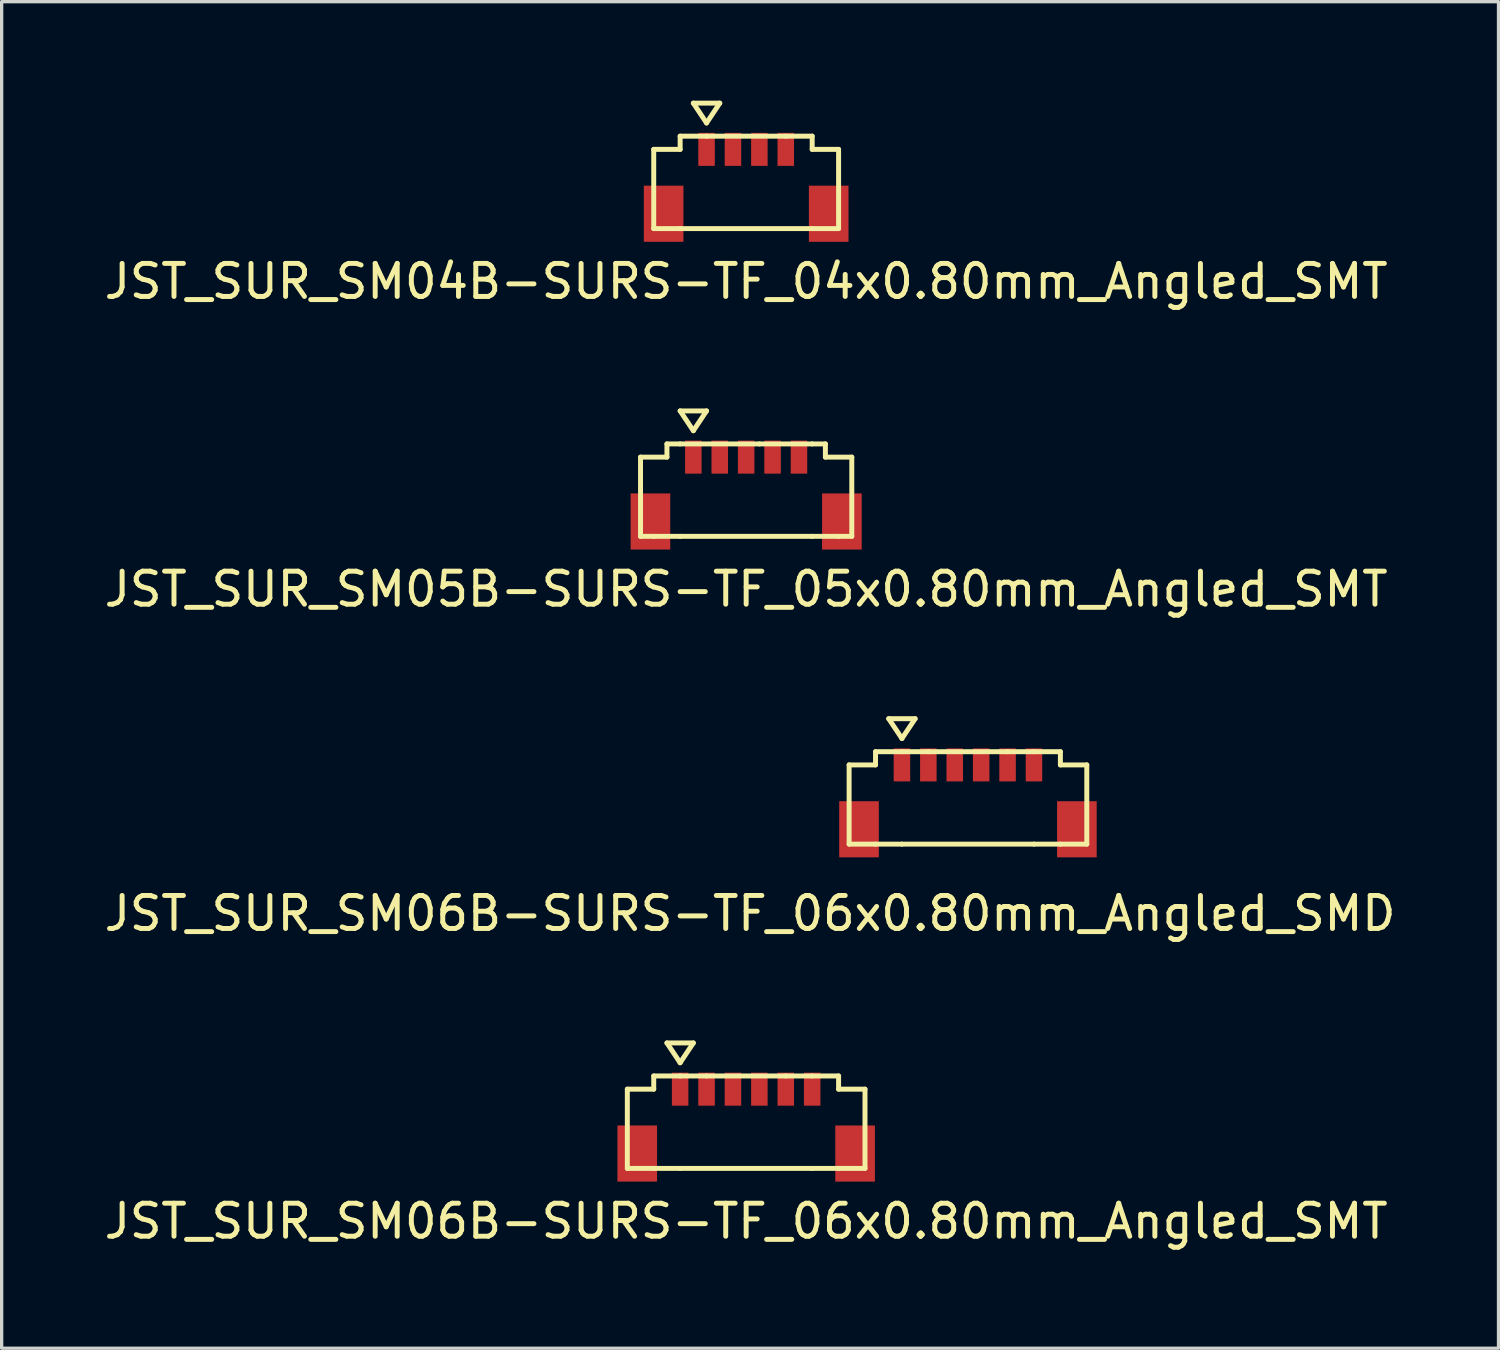
<source format=kicad_pcb>
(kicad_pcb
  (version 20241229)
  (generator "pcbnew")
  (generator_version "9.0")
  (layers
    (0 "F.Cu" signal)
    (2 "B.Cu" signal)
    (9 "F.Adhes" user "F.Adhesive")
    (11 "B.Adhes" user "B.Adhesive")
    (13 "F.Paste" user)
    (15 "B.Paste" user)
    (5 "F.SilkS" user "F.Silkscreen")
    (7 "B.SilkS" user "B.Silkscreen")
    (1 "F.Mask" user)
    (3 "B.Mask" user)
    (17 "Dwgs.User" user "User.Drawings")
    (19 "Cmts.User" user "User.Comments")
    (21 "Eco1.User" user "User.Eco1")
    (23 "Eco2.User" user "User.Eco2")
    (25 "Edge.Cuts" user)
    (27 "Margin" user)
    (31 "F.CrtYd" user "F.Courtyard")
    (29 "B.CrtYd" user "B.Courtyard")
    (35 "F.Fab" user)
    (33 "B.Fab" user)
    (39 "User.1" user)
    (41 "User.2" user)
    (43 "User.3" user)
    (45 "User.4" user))
  (footprint "JST_SUR_SM06B-SURS-TF_06x0.80mm_Angled_SMT"
    (layer "F.Cu")
    (at 19.554 29.945)
    (property "Reference" "JST_SUR_SM06B-SURS-TF_06x0.80mm_Angled_SMT" (at 0 4 0) (layer "F.SilkS") (effects (font (size 1 1) (thickness 0.15))))
    (attr smd)
    (fp_line (start -3.6 0) (end -2.8 0) (stroke (width 0.15) (type solid)) (layer "F.SilkS"))
    (fp_line (start -3.6 2.4) (end -3.6 0) (stroke (width 0.15) (type solid)) (layer "F.SilkS"))
    (fp_line (start -2.8 -0.4) (end -2 -0.4) (stroke (width 0.15) (type solid)) (layer "F.SilkS"))
    (fp_line (start -2.8 0) (end -2.8 -0.4) (stroke (width 0.15) (type solid)) (layer "F.SilkS"))
    (fp_line (start -2.8 2.4) (end -3.6 2.4) (stroke (width 0.15) (type solid)) (layer "F.SilkS"))
    (fp_line (start -2.4 -1.4) (end -2 -0.8) (stroke (width 0.15) (type solid)) (layer "F.SilkS"))
    (fp_line (start -2 -0.8) (end -1.6 -1.4) (stroke (width 0.15) (type solid)) (layer "F.SilkS"))
    (fp_line (start -2 -0.4) (end -1.2 -0.4) (stroke (width 0.15) (type solid)) (layer "F.SilkS"))
    (fp_line (start -2 2.4) (end -2.8 2.4) (stroke (width 0.15) (type solid)) (layer "F.SilkS"))
    (fp_line (start -1.6 -1.4) (end -2.4 -1.4) (stroke (width 0.15) (type solid)) (layer "F.SilkS"))
    (fp_line (start -1.2 -0.4) (end 1.2 -0.4) (stroke (width 0.15) (type solid)) (layer "F.SilkS"))
    (fp_line (start 2 -0.4) (end 1.2 -0.4) (stroke (width 0.15) (type solid)) (layer "F.SilkS"))
    (fp_line (start 2 2.4) (end -2 2.4) (stroke (width 0.15) (type solid)) (layer "F.SilkS"))
    (fp_line (start 2.8 -0.4) (end 2 -0.4) (stroke (width 0.15) (type solid)) (layer "F.SilkS"))
    (fp_line (start 2.8 -0.4) (end 2.8 0) (stroke (width 0.15) (type solid)) (layer "F.SilkS"))
    (fp_line (start 2.8 0) (end 3.6 0) (stroke (width 0.15) (type solid)) (layer "F.SilkS"))
    (fp_line (start 2.8 2.4) (end 2 2.4) (stroke (width 0.15) (type solid)) (layer "F.SilkS"))
    (fp_line (start 3.6 0) (end 3.6 2.4) (stroke (width 0.15) (type solid)) (layer "F.SilkS"))
    (fp_line (start 3.6 2.4) (end 2.8 2.4) (stroke (width 0.15) (type solid)) (layer "F.SilkS"))
    (pad "" smd rect (at -3.3 1.95) (size 1.2 1.7) (layers "F.Cu" "F.Mask" "F.Paste"))
    (pad "" smd rect (at 3.3 1.95) (size 1.2 1.7) (layers "F.Cu" "F.Mask" "F.Paste"))
    (pad "1" smd rect (at -2 0) (size 0.5 1) (layers "F.Cu" "F.Mask" "F.Paste"))
    (pad "2" smd rect (at -1.2 0) (size 0.5 1) (layers "F.Cu" "F.Mask" "F.Paste"))
    (pad "3" smd rect (at -0.4 0) (size 0.5 1) (layers "F.Cu" "F.Mask" "F.Paste"))
    (pad "4" smd rect (at 0.4 0) (size 0.5 1) (layers "F.Cu" "F.Mask" "F.Paste"))
    (pad "5" smd rect (at 1.2 0) (size 0.5 1) (layers "F.Cu" "F.Mask" "F.Paste"))
    (pad "6" smd rect (at 2 0) (size 0.5 1) (layers "F.Cu" "F.Mask" "F.Paste")))
  (footprint "JST_SUR_SM06B-SURS-TF_06x0.80mm_Angled_SMD"
    (layer "F.Cu")
    (at 26.273 20.122)
    (property "Reference" "JST_SUR_SM06B-SURS-TF_06x0.80mm_Angled_SMD" (at -6.6 4.5 0) (layer "F.SilkS") (effects (font (size 1 1) (thickness 0.15))))
    (attr smd)
    (fp_line (start -3.6 0) (end -2.8 0) (stroke (width 0.15) (type solid)) (layer "F.SilkS"))
    (fp_line (start -3.6 2.4) (end -3.6 0) (stroke (width 0.15) (type solid)) (layer "F.SilkS"))
    (fp_line (start -2.8 -0.4) (end -2 -0.4) (stroke (width 0.15) (type solid)) (layer "F.SilkS"))
    (fp_line (start -2.8 0) (end -2.8 -0.4) (stroke (width 0.15) (type solid)) (layer "F.SilkS"))
    (fp_line (start -2.8 2.4) (end -3.6 2.4) (stroke (width 0.15) (type solid)) (layer "F.SilkS"))
    (fp_line (start -2.4 -1.4) (end -2 -0.8) (stroke (width 0.15) (type solid)) (layer "F.SilkS"))
    (fp_line (start -2 -0.8) (end -1.6 -1.4) (stroke (width 0.15) (type solid)) (layer "F.SilkS"))
    (fp_line (start -2 -0.4) (end -1.2 -0.4) (stroke (width 0.15) (type solid)) (layer "F.SilkS"))
    (fp_line (start -2 2.4) (end -2.8 2.4) (stroke (width 0.15) (type solid)) (layer "F.SilkS"))
    (fp_line (start -1.6 -1.4) (end -2.4 -1.4) (stroke (width 0.15) (type solid)) (layer "F.SilkS"))
    (fp_line (start -1.2 -0.4) (end 1.2 -0.4) (stroke (width 0.15) (type solid)) (layer "F.SilkS"))
    (fp_line (start 2 -0.4) (end 1.2 -0.4) (stroke (width 0.15) (type solid)) (layer "F.SilkS"))
    (fp_line (start 2 2.4) (end -2 2.4) (stroke (width 0.15) (type solid)) (layer "F.SilkS"))
    (fp_line (start 2.8 -0.4) (end 2 -0.4) (stroke (width 0.15) (type solid)) (layer "F.SilkS"))
    (fp_line (start 2.8 -0.4) (end 2.8 0) (stroke (width 0.15) (type solid)) (layer "F.SilkS"))
    (fp_line (start 2.8 0) (end 3.6 0) (stroke (width 0.15) (type solid)) (layer "F.SilkS"))
    (fp_line (start 2.8 2.4) (end 2 2.4) (stroke (width 0.15) (type solid)) (layer "F.SilkS"))
    (fp_line (start 3.6 0) (end 3.6 2.4) (stroke (width 0.15) (type solid)) (layer "F.SilkS"))
    (fp_line (start 3.6 2.4) (end 2.8 2.4) (stroke (width 0.15) (type solid)) (layer "F.SilkS"))
    (pad "" smd rect (at -3.3 1.95) (size 1.2 1.7) (layers "F.Cu" "F.Mask" "F.Paste"))
    (pad "" smd rect (at 3.3 1.95) (size 1.2 1.7) (layers "F.Cu" "F.Mask" "F.Paste"))
    (pad "1" smd rect (at -2 0) (size 0.5 1) (layers "F.Cu" "F.Mask" "F.Paste"))
    (pad "2" smd rect (at -1.2 0) (size 0.5 1) (layers "F.Cu" "F.Mask" "F.Paste"))
    (pad "3" smd rect (at -0.4 0) (size 0.5 1) (layers "F.Cu" "F.Mask" "F.Paste"))
    (pad "4" smd rect (at 0.4 0) (size 0.5 1) (layers "F.Cu" "F.Mask" "F.Paste"))
    (pad "5" smd rect (at 1.2 0) (size 0.5 1) (layers "F.Cu" "F.Mask" "F.Paste"))
    (pad "6" smd rect (at 2 0) (size 0.5 1) (layers "F.Cu" "F.Mask" "F.Paste")))
  (footprint "JST_SUR_SM04B-SURS-TF_04x0.80mm_Angled_SMT"
    (layer "F.Cu")
    (at 19.554 1.475)
    (property "Reference" "JST_SUR_SM04B-SURS-TF_04x0.80mm_Angled_SMT" (at 0 4 0) (layer "F.SilkS") (effects (font (size 1 1) (thickness 0.15))))
    (attr smd)
    (fp_line (start -2.8 0) (end -2 0) (stroke (width 0.15) (type solid)) (layer "F.SilkS"))
    (fp_line (start -2.8 2.4) (end -2.8 0) (stroke (width 0.15) (type solid)) (layer "F.SilkS"))
    (fp_line (start -2 -0.4) (end -1.2 -0.4) (stroke (width 0.15) (type solid)) (layer "F.SilkS"))
    (fp_line (start -2 0) (end -2 -0.4) (stroke (width 0.15) (type solid)) (layer "F.SilkS"))
    (fp_line (start -2 2.4) (end -2.8 2.4) (stroke (width 0.15) (type solid)) (layer "F.SilkS"))
    (fp_line (start -1.6 -1.4) (end -1.2 -0.8) (stroke (width 0.15) (type solid)) (layer "F.SilkS"))
    (fp_line (start -1.2 -0.8) (end -0.8 -1.4) (stroke (width 0.15) (type solid)) (layer "F.SilkS"))
    (fp_line (start -1.2 -0.4) (end 1.2 -0.4) (stroke (width 0.15) (type solid)) (layer "F.SilkS"))
    (fp_line (start -0.8 -1.4) (end -1.6 -1.4) (stroke (width 0.15) (type solid)) (layer "F.SilkS"))
    (fp_line (start 2 -0.4) (end 1.2 -0.4) (stroke (width 0.15) (type solid)) (layer "F.SilkS"))
    (fp_line (start 2 -0.4) (end 2 0) (stroke (width 0.15) (type solid)) (layer "F.SilkS"))
    (fp_line (start 2 0) (end 2.8 0) (stroke (width 0.15) (type solid)) (layer "F.SilkS"))
    (fp_line (start 2 2.4) (end -2 2.4) (stroke (width 0.15) (type solid)) (layer "F.SilkS"))
    (fp_line (start 2.8 0) (end 2.8 2.4) (stroke (width 0.15) (type solid)) (layer "F.SilkS"))
    (fp_line (start 2.8 2.4) (end 2 2.4) (stroke (width 0.15) (type solid)) (layer "F.SilkS"))
    (pad "" smd rect (at -2.5 1.95) (size 1.2 1.7) (layers "F.Cu" "F.Mask" "F.Paste"))
    (pad "" smd rect (at 2.5 1.95) (size 1.2 1.7) (layers "F.Cu" "F.Mask" "F.Paste"))
    (pad "1" smd rect (at -1.2 0) (size 0.5 1) (layers "F.Cu" "F.Mask" "F.Paste"))
    (pad "2" smd rect (at -0.4 0) (size 0.5 1) (layers "F.Cu" "F.Mask" "F.Paste"))
    (pad "3" smd rect (at 0.4 0) (size 0.5 1) (layers "F.Cu" "F.Mask" "F.Paste"))
    (pad "4" smd rect (at 1.2 0) (size 0.5 1) (layers "F.Cu" "F.Mask" "F.Paste")))
  (footprint "JST_SUR_SM05B-SURS-TF_05x0.80mm_Angled_SMT"
    (layer "F.Cu")
    (at 19.554 10.798)
    (property "Reference" "JST_SUR_SM05B-SURS-TF_05x0.80mm_Angled_SMT" (at 0 4 0) (layer "F.SilkS") (effects (font (size 1 1) (thickness 0.15))))
    (attr smd)
    (fp_line (start -3.2 0) (end -2.4 0) (stroke (width 0.15) (type solid)) (layer "F.SilkS"))
    (fp_line (start -3.2 2.4) (end -3.2 0) (stroke (width 0.15) (type solid)) (layer "F.SilkS"))
    (fp_line (start -2.8 2.4) (end -3.2 2.4) (stroke (width 0.15) (type solid)) (layer "F.SilkS"))
    (fp_line (start -2.8 2.4) (end -2 2.4) (stroke (width 0.15) (type solid)) (layer "F.SilkS"))
    (fp_line (start -2.4 0) (end -2.4 -0.4) (stroke (width 0.15) (type solid)) (layer "F.SilkS"))
    (fp_line (start -2 -1.4) (end -1.6 -0.8) (stroke (width 0.15) (type solid)) (layer "F.SilkS"))
    (fp_line (start -2 -0.4) (end -2.4 -0.4) (stroke (width 0.15) (type solid)) (layer "F.SilkS"))
    (fp_line (start -2 -0.4) (end 0.4 -0.4) (stroke (width 0.15) (type solid)) (layer "F.SilkS"))
    (fp_line (start -1.6 -0.8) (end -1.2 -1.4) (stroke (width 0.15) (type solid)) (layer "F.SilkS"))
    (fp_line (start -1.2 -1.4) (end -2 -1.4) (stroke (width 0.15) (type solid)) (layer "F.SilkS"))
    (fp_line (start 2 -0.4) (end 0.4 -0.4) (stroke (width 0.15) (type solid)) (layer "F.SilkS"))
    (fp_line (start 2 2.4) (end -2 2.4) (stroke (width 0.15) (type solid)) (layer "F.SilkS"))
    (fp_line (start 2 2.4) (end 2.8 2.4) (stroke (width 0.15) (type solid)) (layer "F.SilkS"))
    (fp_line (start 2.4 -0.4) (end 2 -0.4) (stroke (width 0.15) (type solid)) (layer "F.SilkS"))
    (fp_line (start 2.4 -0.4) (end 2.4 0) (stroke (width 0.15) (type solid)) (layer "F.SilkS"))
    (fp_line (start 2.4 0) (end 3.2 0) (stroke (width 0.15) (type solid)) (layer "F.SilkS"))
    (fp_line (start 3.2 0) (end 3.2 2.4) (stroke (width 0.15) (type solid)) (layer "F.SilkS"))
    (fp_line (start 3.2 2.4) (end 2.8 2.4) (stroke (width 0.15) (type solid)) (layer "F.SilkS"))
    (pad "" smd rect (at -2.9 1.95) (size 1.2 1.7) (layers "F.Cu" "F.Mask" "F.Paste"))
    (pad "" smd rect (at 2.9 1.95) (size 1.2 1.7) (layers "F.Cu" "F.Mask" "F.Paste"))
    (pad "1" smd rect (at -1.6 0) (size 0.5 1) (layers "F.Cu" "F.Mask" "F.Paste"))
    (pad "2" smd rect (at -0.8 0) (size 0.5 1) (layers "F.Cu" "F.Mask" "F.Paste"))
    (pad "3" smd rect (at 0 0) (size 0.5 1) (layers "F.Cu" "F.Mask" "F.Paste"))
    (pad "4" smd rect (at 0.8 0) (size 0.5 1) (layers "F.Cu" "F.Mask" "F.Paste"))
    (pad "5" smd rect (at 1.6 0) (size 0.5 1) (layers "F.Cu" "F.Mask" "F.Paste")))
  (gr_rect
    (start -3 -3)
    (end 42.345 37.793)
    (stroke (width 0.1) (type default))
    (fill no)
    (layer "Edge.Cuts")))
</source>
